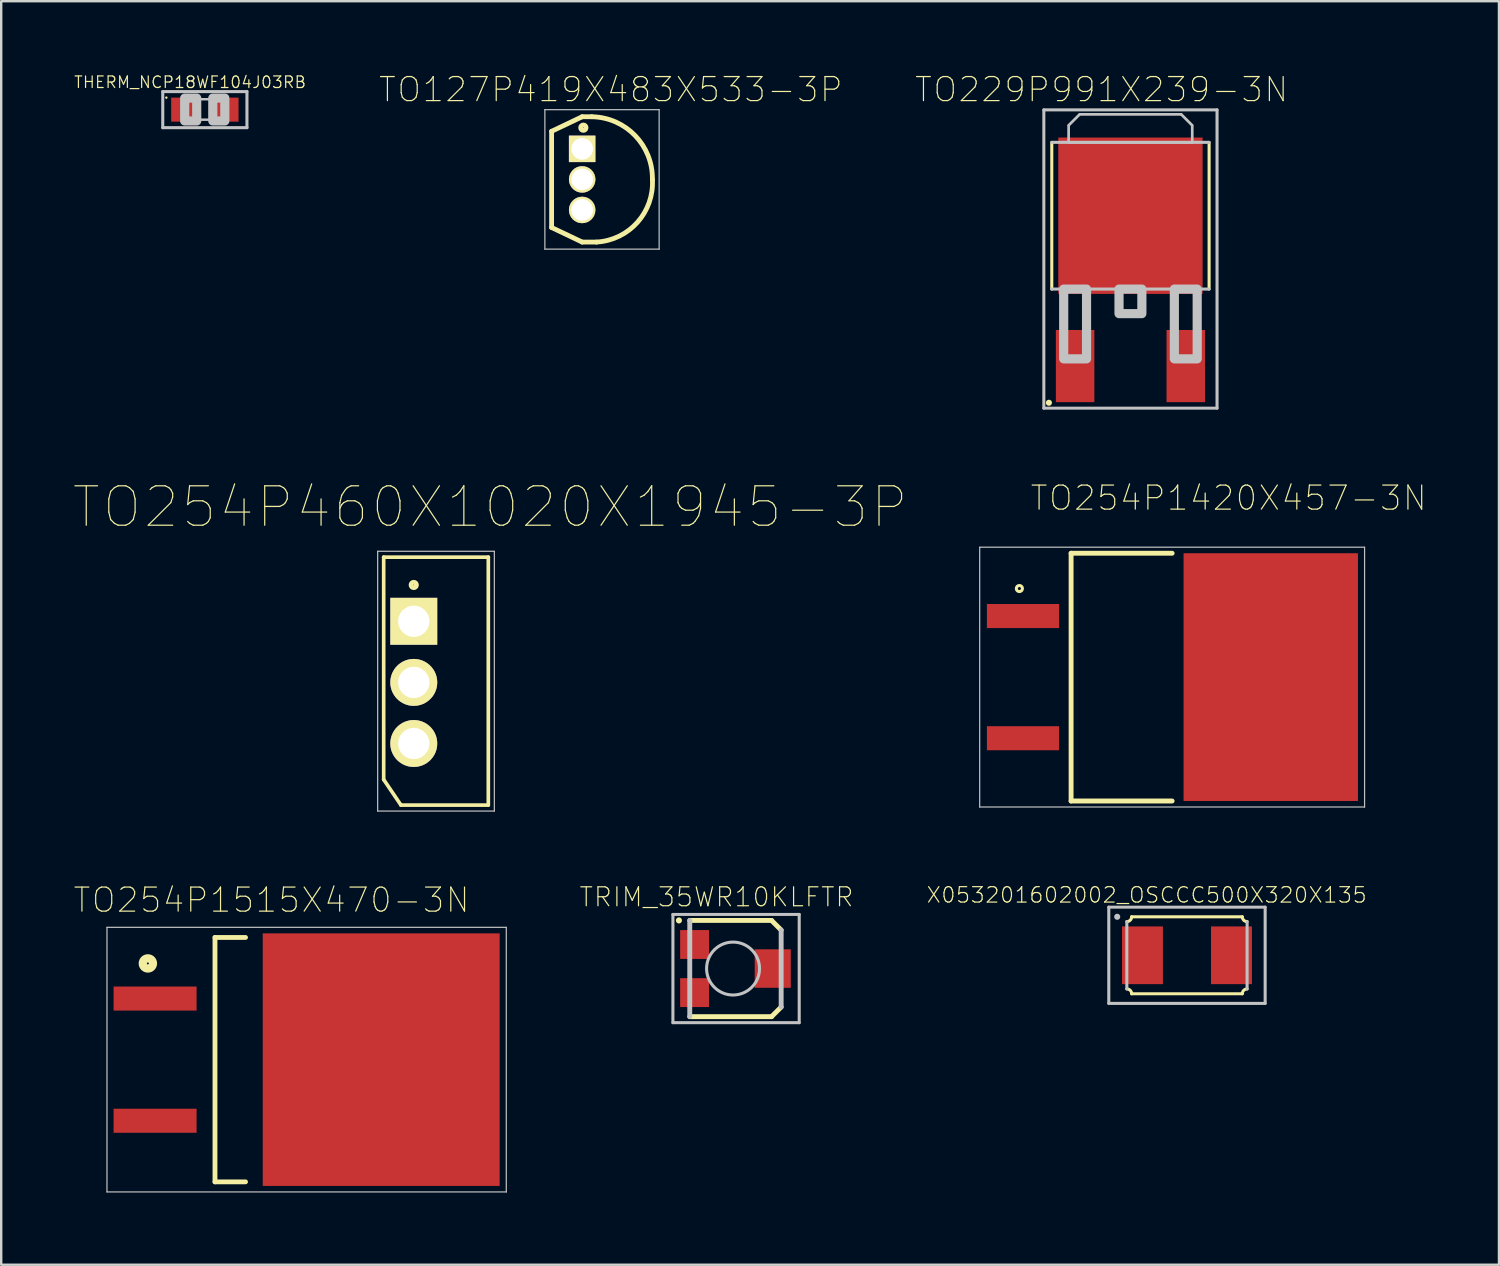
<source format=kicad_pcb>
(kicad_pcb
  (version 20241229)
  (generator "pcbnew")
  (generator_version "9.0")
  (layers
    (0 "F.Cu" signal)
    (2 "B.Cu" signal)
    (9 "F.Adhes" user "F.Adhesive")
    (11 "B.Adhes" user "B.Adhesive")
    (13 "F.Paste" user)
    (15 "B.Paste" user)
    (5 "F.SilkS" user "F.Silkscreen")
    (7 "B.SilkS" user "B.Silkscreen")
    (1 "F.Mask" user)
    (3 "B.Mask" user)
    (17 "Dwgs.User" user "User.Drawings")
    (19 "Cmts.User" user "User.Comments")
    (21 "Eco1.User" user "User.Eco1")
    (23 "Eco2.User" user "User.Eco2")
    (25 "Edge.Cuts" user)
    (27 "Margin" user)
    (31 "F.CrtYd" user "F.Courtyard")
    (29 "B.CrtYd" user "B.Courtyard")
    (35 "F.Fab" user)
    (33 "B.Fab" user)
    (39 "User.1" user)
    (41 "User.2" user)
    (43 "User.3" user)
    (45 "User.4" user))
  (footprint "TO254P460X1020X1945-3P"
    (layer "F.Cu")
    (at 14.1 25.318)
    (property "Reference" "TO254P460X1020X1945-3P" (at 3.226 -7.29 0) (layer "F.SilkS") (effects (font (size 1.64 1.64) (thickness 0.05))))
    (attr through_hole)
    (fp_line (start -1.2 -5.207) (end 3.15 -5.207) (stroke (width 0.152) (type solid)) (layer "F.SilkS"))
    (fp_line (start -1.2 4.039) (end -1.2 -5.207) (stroke (width 0.152) (type solid)) (layer "F.SilkS"))
    (fp_line (start -0.483 5.1) (end -1.2 4.039) (stroke (width 0.152) (type solid)) (layer "F.SilkS"))
    (fp_line (start 3.15 -5.207) (end 3.15 5.1) (stroke (width 0.152) (type solid)) (layer "F.SilkS"))
    (fp_line (start 3.15 5.1) (end -0.483 5.1) (stroke (width 0.152) (type solid)) (layer "F.SilkS"))
    (fp_circle (center 0.05 -4.05) (end 0.162 -4.05) (stroke (width 0.2) (type solid)) (fill no) (layer "F.SilkS"))
    (fp_line (start -1.45 -5.45) (end 3.4 -5.45) (stroke (width 0.05) (type solid)) (layer "Dwgs.User"))
    (fp_line (start -1.45 5.35) (end -1.45 -5.45) (stroke (width 0.05) (type solid)) (layer "Dwgs.User"))
    (fp_line (start 3.4 -5.45) (end 3.4 5.35) (stroke (width 0.05) (type solid)) (layer "Dwgs.User"))
    (fp_line (start 3.4 5.35) (end -1.45 5.35) (stroke (width 0.05) (type solid)) (layer "Dwgs.User"))
    (pad "1" thru_hole rect (at 0.051 -2.54 270) (size 1.95 1.95) (drill 1.3) (layers "*.Cu" "*.Mask" "F.SilkS"))
    (pad "2" thru_hole circle (at 0.051 0 270) (size 1.95 1.95) (drill 1.3) (layers "*.Cu" "*.Mask" "F.SilkS"))
    (pad "3" thru_hole circle (at 0.051 2.54 270) (size 1.95 1.95) (drill 1.3) (layers "*.Cu" "*.Mask" "F.SilkS")))
  (footprint "THERM_NCP18WF104J03RB"
    (layer "F.Cu")
    (at 5.466 1.508)
    (property "Reference" "THERM_NCP18WF104J03RB" (at -0.616 -1.14 0) (layer "F.SilkS") (effects (font (size 0.48 0.48) (thickness 0.05))))
    (attr smd)
    (fp_circle (center -1.6 -0.5) (end -1.55 -0.5) (stroke (width 0) (type solid)) (fill yes) (layer "F.SilkS"))
    (fp_line (start -1.75 -0.75) (end -1.75 0.75) (stroke (width 0.127) (type solid)) (layer "Dwgs.User"))
    (fp_line (start -1.75 0.75) (end 1.75 0.75) (stroke (width 0.127) (type solid)) (layer "Dwgs.User"))
    (fp_line (start -0.356 -0.432) (end 0.356 -0.432) (stroke (width 0.102) (type solid)) (layer "Dwgs.User"))
    (fp_line (start -0.356 0.419) (end 0.356 0.419) (stroke (width 0.102) (type solid)) (layer "Dwgs.User"))
    (fp_line (start 1.75 -0.75) (end -1.75 -0.75) (stroke (width 0.127) (type solid)) (layer "Dwgs.User"))
    (fp_line (start 1.75 0.75) (end 1.75 -0.75) (stroke (width 0.127) (type solid)) (layer "Dwgs.User"))
    (fp_poly (pts (xy -0.838 -0.48) (xy -0.338 -0.48) (xy -0.338 0.47) (xy -0.838 0.47)) (stroke (width 0.381) (type solid)) (fill no) (layer "Dwgs.User"))
    (fp_poly (pts (xy 0.33 -0.48) (xy 0.83 -0.48) (xy 0.83 0.47) (xy 0.33 0.47)) (stroke (width 0.381) (type solid)) (fill no) (layer "Dwgs.User"))
    (pad "1" smd rect (at -0.85 0) (size 1.1 1) (layers "F.Cu" "F.Mask" "F.Paste"))
    (pad "2" smd rect (at 0.85 0) (size 1.1 1) (layers "F.Cu" "F.Mask" "F.Paste")))
  (footprint "TRIM_35WR10KLFTR"
    (layer "F.Cu")
    (at 27.424 37.214)
    (property "Reference" "TRIM_35WR10KLFTR" (at -0.688 -2.973 0) (layer "F.SilkS") (effects (font (size 0.787 0.787) (thickness 0.05))))
    (attr smd)
    (fp_line (start -1.8 -2) (end 1.6 -2) (stroke (width 0.203) (type solid)) (layer "F.SilkS"))
    (fp_line (start -1.8 2) (end 1.6 2) (stroke (width 0.203) (type solid)) (layer "F.SilkS"))
    (fp_line (start 1.6 -2) (end 2 -1.6) (stroke (width 0.203) (type solid)) (layer "F.SilkS"))
    (fp_line (start 1.6 2) (end 2 1.6) (stroke (width 0.203) (type solid)) (layer "F.SilkS"))
    (fp_circle (center -2.25 -2) (end -2.123 -2) (stroke (width 0) (type solid)) (fill yes) (layer "F.SilkS"))
    (fp_line (start -2.5 -2.25) (end 2.75 -2.25) (stroke (width 0.127) (type solid)) (layer "Dwgs.User"))
    (fp_line (start -2.5 2.25) (end -2.5 -2.25) (stroke (width 0.127) (type solid)) (layer "Dwgs.User"))
    (fp_line (start -1.8 -2) (end -1.8 2) (stroke (width 0.203) (type solid)) (layer "Dwgs.User"))
    (fp_line (start 2 -1.6) (end 2 1.6) (stroke (width 0.203) (type solid)) (layer "Dwgs.User"))
    (fp_line (start 2.75 -2.25) (end 2.75 2.25) (stroke (width 0.127) (type solid)) (layer "Dwgs.User"))
    (fp_line (start 2.75 2.25) (end -2.5 2.25) (stroke (width 0.127) (type solid)) (layer "Dwgs.User"))
    (fp_circle (center 0 0) (end 1.1 0) (stroke (width 0.127) (type solid)) (fill no) (layer "Dwgs.User"))
    (pad "1" smd rect (at -1.6 -1) (size 1.2 1.2) (layers "F.Cu" "F.Mask" "F.Paste"))
    (pad "2" smd rect (at 1.65 0) (size 1.5 1.6) (layers "F.Cu" "F.Mask" "F.Paste"))
    (pad "3" smd rect (at -1.6 1) (size 1.2 1.2) (layers "F.Cu" "F.Mask" "F.Paste")))
  (footprint "TO229P991X239-3N"
    (layer "F.Cu")
    (at 43.944 5.918)
    (property "Reference" "TO229P991X239-3N" (at -1.2 -5.245 0) (layer "F.SilkS") (effects (font (size 1 1) (thickness 0.05))))
    (attr smd)
    (fp_line (start -3.27 3.05) (end -3.27 -3.05) (stroke (width 0.127) (type solid)) (layer "F.SilkS"))
    (fp_line (start 3.27 -3.05) (end 3.27 3.05) (stroke (width 0.127) (type solid)) (layer "F.SilkS"))
    (fp_circle (center -3.389 7.775) (end -3.262 7.775) (stroke (width 0) (type solid)) (fill yes) (layer "F.SilkS"))
    (fp_line (start -3.6 -4.4) (end -3.6 8) (stroke (width 0.127) (type solid)) (layer "Dwgs.User"))
    (fp_line (start -3.6 8) (end 3.6 8) (stroke (width 0.127) (type solid)) (layer "Dwgs.User"))
    (fp_line (start -3.27 -3.05) (end 3.27 -3.05) (stroke (width 0.127) (type solid)) (layer "Dwgs.User"))
    (fp_line (start -2.565 -3.761) (end -2.108 -4.218) (stroke (width 0.1) (type solid)) (layer "Dwgs.User"))
    (fp_line (start -2.565 -3.05) (end -2.565 -3.761) (stroke (width 0.1) (type solid)) (layer "Dwgs.User"))
    (fp_line (start -2.108 -4.218) (end 2.108 -4.218) (stroke (width 0.1) (type solid)) (layer "Dwgs.User"))
    (fp_line (start 2.108 -4.218) (end 2.565 -3.761) (stroke (width 0.1) (type solid)) (layer "Dwgs.User"))
    (fp_line (start 2.565 -3.761) (end 2.565 -3.05) (stroke (width 0.1) (type solid)) (layer "Dwgs.User"))
    (fp_line (start 2.565 -3.05) (end -2.565 -3.05) (stroke (width 0.1) (type solid)) (layer "Dwgs.User"))
    (fp_line (start 3.27 3.05) (end -3.27 3.05) (stroke (width 0.127) (type solid)) (layer "Dwgs.User"))
    (fp_line (start 3.6 -4.4) (end -3.6 -4.4) (stroke (width 0.127) (type solid)) (layer "Dwgs.User"))
    (fp_line (start 3.6 8) (end 3.6 -4.4) (stroke (width 0.127) (type solid)) (layer "Dwgs.User"))
    (fp_poly (pts (xy -2.775 3.05) (xy -1.825 3.05) (xy -1.825 5.95) (xy -2.775 5.95)) (stroke (width 0.381) (type solid)) (fill no) (layer "Dwgs.User"))
    (fp_poly (pts (xy -0.475 3.05) (xy 0.475 3.05) (xy 0.475 4.07) (xy -0.475 4.07)) (stroke (width 0.381) (type solid)) (fill no) (layer "Dwgs.User"))
    (fp_poly (pts (xy 1.825 3.05) (xy 2.775 3.05) (xy 2.775 5.95) (xy 1.825 5.95)) (stroke (width 0.381) (type solid)) (fill no) (layer "Dwgs.User"))
    (fp_poly (pts (xy -2.565 -3.05) (xy -2.565 -3.761) (xy -2.108 -4.218) (xy 2.108 -4.218) (xy 2.565 -3.761) (xy 2.565 -3.05)) (stroke (width 0.1) (type solid)) (fill no) (layer "Dwgs.User"))
    (pad "1" smd rect (at -2.3 6.25) (size 1.6 3) (layers "F.Cu" "F.Mask" "F.Paste"))
    (pad "3" smd rect (at 2.3 6.25) (size 1.6 3) (layers "F.Cu" "F.Mask" "F.Paste"))
    (pad "4" smd rect (at 0 0) (size 6 6.5) (layers "F.Cu" "F.Mask" "F.Paste")))
  (footprint "TO254P1420X457-3N"
    (layer "F.Cu")
    (at 45.677 25.099)
    (property "Reference" "TO254P1420X457-3N" (at 2.35 -7.445 0) (layer "F.SilkS") (effects (font (size 1 1) (thickness 0.05))))
    (attr smd)
    (fp_line (start -4.2 -5.15) (end 0 -5.15) (stroke (width 0.203) (type solid)) (layer "F.SilkS"))
    (fp_line (start -4.2 5.15) (end -4.2 -5.15) (stroke (width 0.203) (type solid)) (layer "F.SilkS"))
    (fp_line (start 0 5.15) (end -4.2 5.15) (stroke (width 0.203) (type solid)) (layer "F.SilkS"))
    (fp_circle (center -6.35 -3.683) (end -6.223 -3.683) (stroke (width 0.127) (type solid)) (fill no) (layer "F.SilkS"))
    (fp_line (start -8 -5.4) (end 8 -5.4) (stroke (width 0.05) (type solid)) (layer "Dwgs.User"))
    (fp_line (start -8 5.4) (end -8 -5.4) (stroke (width 0.05) (type solid)) (layer "Dwgs.User"))
    (fp_line (start 8 -5.4) (end 8 5.4) (stroke (width 0.05) (type solid)) (layer "Dwgs.User"))
    (fp_line (start 8 5.4) (end -8 5.4) (stroke (width 0.05) (type solid)) (layer "Dwgs.User"))
    (pad "1" smd rect (at -6.2 -2.54 270) (size 1 3) (layers "F.Cu" "F.Mask" "F.Paste"))
    (pad "3" smd rect (at -6.2 2.54 270) (size 1 3) (layers "F.Cu" "F.Mask" "F.Paste"))
    (pad "4" smd rect (at 4.1 0 270) (size 10.3 7.25) (layers "F.Cu" "F.Mask" "F.Paste")))
  (footprint "TO127P419X483X533-3P"
    (layer "F.Cu")
    (at 21.151 4.408)
    (property "Reference" "TO127P419X483X533-3P" (at 1.19 -3.735 0) (layer "F.SilkS") (effects (font (size 1 1) (thickness 0.05))))
    (attr through_hole)
    (fp_line (start -1.27 -2) (end 0 -2.605) (stroke (width 0.2) (type solid)) (layer "F.SilkS"))
    (fp_line (start -1.27 2) (end -1.27 -2) (stroke (width 0.2) (type solid)) (layer "F.SilkS"))
    (fp_line (start 0 -2.605) (end 0.4 -2.605) (stroke (width 0.2) (type solid)) (layer "F.SilkS"))
    (fp_line (start 0 2.605) (end -1.27 2) (stroke (width 0.2) (type solid)) (layer "F.SilkS"))
    (fp_line (start 0.6 2.605) (end 0 2.605) (stroke (width 0.2) (type solid)) (layer "F.SilkS"))
    (fp_arc (start 0.4 -2.605) (mid 2.199513 -1.824409) (end 2.92 0) (stroke (width 0.2) (type solid)) (layer "F.SilkS"))
    (fp_arc (start 2.92 0) (mid 2.299513 1.782988) (end 0.6 2.605) (stroke (width 0.2) (type solid)) (layer "F.SilkS"))
    (fp_circle (center 0.05 -2.15) (end 0.162 -2.15) (stroke (width 0.2) (type solid)) (fill no) (layer "F.SilkS"))
    (fp_line (start -1.55 -2.9) (end 3.2 -2.9) (stroke (width 0.05) (type solid)) (layer "Dwgs.User"))
    (fp_line (start -1.55 2.9) (end -1.55 -2.9) (stroke (width 0.05) (type solid)) (layer "Dwgs.User"))
    (fp_line (start 3.2 -2.9) (end 3.2 2.9) (stroke (width 0.05) (type solid)) (layer "Dwgs.User"))
    (fp_line (start 3.2 2.9) (end -1.55 2.9) (stroke (width 0.05) (type solid)) (layer "Dwgs.User"))
    (pad "1" thru_hole rect (at 0 -1.27) (size 1.1 1.1) (drill 0.9) (layers "*.Cu" "*.Mask" "F.SilkS"))
    (pad "2" thru_hole circle (at 0 0) (size 1.1 1.1) (drill 0.9) (layers "*.Cu" "*.Mask" "F.SilkS"))
    (pad "3" thru_hole circle (at 0 1.27) (size 1.1 1.1) (drill 0.9) (layers "*.Cu" "*.Mask" "F.SilkS")))
  (footprint "TO254P1515X470-3N"
    (layer "F.Cu")
    (at 9.697 41.001)
    (property "Reference" "TO254P1515X470-3N" (at -1.46 -6.635 0) (layer "F.SilkS") (effects (font (size 1 1) (thickness 0.05))))
    (attr smd)
    (fp_line (start -3.81 -5.08) (end -3.81 5.08) (stroke (width 0.2) (type solid)) (layer "F.SilkS"))
    (fp_line (start -3.81 5.08) (end -2.54 5.08) (stroke (width 0.2) (type solid)) (layer "F.SilkS"))
    (fp_line (start -2.54 -5.08) (end -3.81 -5.08) (stroke (width 0.2) (type solid)) (layer "F.SilkS"))
    (fp_circle (center -6.6 -4) (end -6.459 -4) (stroke (width 0.2) (type solid)) (fill no) (layer "F.SilkS"))
    (fp_circle (center -6.6 -4) (end -6.317 -4) (stroke (width 0.2) (type solid)) (fill no) (layer "F.SilkS"))
    (fp_poly (pts (xy -0.68 -4.76) (xy 0.68 -4.76) (xy 0.68 -3.24) (xy -0.68 -3.24)) (stroke (width 0.381) (type solid)) (fill yes) (layer "F.Paste"))
    (fp_poly (pts (xy -0.68 -2.76) (xy 0.68 -2.76) (xy 0.68 -1.24) (xy -0.68 -1.24)) (stroke (width 0.381) (type solid)) (fill yes) (layer "F.Paste"))
    (fp_poly (pts (xy -0.68 -0.76) (xy 0.68 -0.76) (xy 0.68 0.76) (xy -0.68 0.76)) (stroke (width 0.381) (type solid)) (fill yes) (layer "F.Paste"))
    (fp_poly (pts (xy -0.68 1.24) (xy 0.68 1.24) (xy 0.68 2.76) (xy -0.68 2.76)) (stroke (width 0.381) (type solid)) (fill yes) (layer "F.Paste"))
    (fp_poly (pts (xy -0.68 3.24) (xy 0.68 3.24) (xy 0.68 4.76) (xy -0.68 4.76)) (stroke (width 0.381) (type solid)) (fill yes) (layer "F.Paste"))
    (fp_poly (pts (xy 1.47 -4.76) (xy 2.83 -4.76) (xy 2.83 -3.24) (xy 1.47 -3.24)) (stroke (width 0.381) (type solid)) (fill yes) (layer "F.Paste"))
    (fp_poly (pts (xy 1.47 -2.76) (xy 2.83 -2.76) (xy 2.83 -1.24) (xy 1.47 -1.24)) (stroke (width 0.381) (type solid)) (fill yes) (layer "F.Paste"))
    (fp_poly (pts (xy 1.47 -0.76) (xy 2.83 -0.76) (xy 2.83 0.76) (xy 1.47 0.76)) (stroke (width 0.381) (type solid)) (fill yes) (layer "F.Paste"))
    (fp_poly (pts (xy 1.47 1.24) (xy 2.83 1.24) (xy 2.83 2.76) (xy 1.47 2.76)) (stroke (width 0.381) (type solid)) (fill yes) (layer "F.Paste"))
    (fp_poly (pts (xy 1.47 3.24) (xy 2.83 3.24) (xy 2.83 4.76) (xy 1.47 4.76)) (stroke (width 0.381) (type solid)) (fill yes) (layer "F.Paste"))
    (fp_poly (pts (xy 3.62 -4.76) (xy 4.98 -4.76) (xy 4.98 -3.24) (xy 3.62 -3.24)) (stroke (width 0.381) (type solid)) (fill yes) (layer "F.Paste"))
    (fp_poly (pts (xy 3.62 -2.76) (xy 4.98 -2.76) (xy 4.98 -1.24) (xy 3.62 -1.24)) (stroke (width 0.381) (type solid)) (fill yes) (layer "F.Paste"))
    (fp_poly (pts (xy 3.62 -0.76) (xy 4.98 -0.76) (xy 4.98 0.76) (xy 3.62 0.76)) (stroke (width 0.381) (type solid)) (fill yes) (layer "F.Paste"))
    (fp_poly (pts (xy 3.62 1.24) (xy 4.98 1.24) (xy 4.98 2.76) (xy 3.62 2.76)) (stroke (width 0.381) (type solid)) (fill yes) (layer "F.Paste"))
    (fp_poly (pts (xy 3.62 3.24) (xy 4.98 3.24) (xy 4.98 4.76) (xy 3.62 4.76)) (stroke (width 0.381) (type solid)) (fill yes) (layer "F.Paste"))
    (fp_poly (pts (xy 5.74 -4.76) (xy 7.1 -4.76) (xy 7.1 -3.24) (xy 5.74 -3.24)) (stroke (width 0.381) (type solid)) (fill yes) (layer "F.Paste"))
    (fp_poly (pts (xy 5.74 -2.76) (xy 7.1 -2.76) (xy 7.1 -1.24) (xy 5.74 -1.24)) (stroke (width 0.381) (type solid)) (fill yes) (layer "F.Paste"))
    (fp_poly (pts (xy 5.74 -0.76) (xy 7.1 -0.76) (xy 7.1 0.76) (xy 5.74 0.76)) (stroke (width 0.381) (type solid)) (fill yes) (layer "F.Paste"))
    (fp_poly (pts (xy 5.74 1.24) (xy 7.1 1.24) (xy 7.1 2.76) (xy 5.74 2.76)) (stroke (width 0.381) (type solid)) (fill yes) (layer "F.Paste"))
    (fp_poly (pts (xy 5.74 3.24) (xy 7.1 3.24) (xy 7.1 4.76) (xy 5.74 4.76)) (stroke (width 0.381) (type solid)) (fill yes) (layer "F.Paste"))
    (fp_line (start -8.3 -5.5) (end 8.3 -5.5) (stroke (width 0.05) (type solid)) (layer "Dwgs.User"))
    (fp_line (start -8.3 5.5) (end -8.3 -5.5) (stroke (width 0.05) (type solid)) (layer "Dwgs.User"))
    (fp_line (start 8.3 -5.5) (end 8.3 5.5) (stroke (width 0.05) (type solid)) (layer "Dwgs.User"))
    (fp_line (start 8.3 5.5) (end -8.3 5.5) (stroke (width 0.05) (type solid)) (layer "Dwgs.User"))
    (pad "1" smd rect (at -6.3 -2.54) (size 3.45 1) (layers "F.Cu" "F.Mask" "F.Paste"))
    (pad "2" smd rect (at -6.3 2.54) (size 3.45 1) (layers "F.Cu" "F.Mask" "F.Paste"))
    (pad "3" smd rect (at 3.1 0) (size 9.85 10.5) (layers "F.Cu" "F.Mask" "F.Paste")))
  (footprint "X053201602002_OSCCC500X320X135"
    (layer "F.Cu")
    (at 46.294 36.662)
    (property "Reference" "X053201602002_OSCCC500X320X135" (at -1.674 -2.506 0) (layer "F.SilkS") (effects (font (size 0.64 0.64) (thickness 0.05))))
    (attr smd)
    (fp_line (start -2.3 -1.6) (end 2.3 -1.6) (stroke (width 0.127) (type solid)) (layer "F.SilkS"))
    (fp_line (start 2.3 1.6) (end -2.3 1.6) (stroke (width 0.127) (type solid)) (layer "F.SilkS"))
    (fp_arc (start -2.5 1.4) (mid -2.358579 1.458579) (end -2.3 1.6) (stroke (width 0.127) (type solid)) (layer "F.SilkS"))
    (fp_arc (start -2.3 -1.6) (mid -2.358579 -1.458579) (end -2.5 -1.4) (stroke (width 0.127) (type solid)) (layer "F.SilkS"))
    (fp_arc (start 2.3 1.6) (mid 2.358579 1.458579) (end 2.5 1.4) (stroke (width 0.127) (type solid)) (layer "F.SilkS"))
    (fp_arc (start 2.5 -1.4) (mid 2.358579 -1.458579) (end 2.3 -1.6) (stroke (width 0.127) (type solid)) (layer "F.SilkS"))
    (fp_line (start -3.25 -2) (end 3.25 -2) (stroke (width 0.127) (type solid)) (layer "Dwgs.User"))
    (fp_line (start -3.25 2) (end -3.25 -2) (stroke (width 0.127) (type solid)) (layer "Dwgs.User"))
    (fp_line (start -2.5 -1.4) (end -2.5 1.4) (stroke (width 0.127) (type solid)) (layer "Dwgs.User"))
    (fp_line (start 2.5 -1.4) (end 2.5 1.4) (stroke (width 0.127) (type solid)) (layer "Dwgs.User"))
    (fp_line (start 3.25 -2) (end 3.25 2) (stroke (width 0.127) (type solid)) (layer "Dwgs.User"))
    (fp_line (start 3.25 2) (end -3.25 2) (stroke (width 0.127) (type solid)) (layer "Dwgs.User"))
    (fp_circle (center -2.9 -1.6) (end -2.773 -1.6) (stroke (width 0) (type solid)) (fill yes) (layer "Dwgs.User"))
    (pad "1" smd rect (at -1.85 0) (size 1.7 2.4) (layers "F.Cu" "F.Mask" "F.Paste"))
    (pad "2" smd rect (at 1.85 0) (size 1.7 2.4) (layers "F.Cu" "F.Mask" "F.Paste")))
  (gr_rect
    (start -3 -3)
    (end 59.264 49.526)
    (stroke (width 0.1) (type default))
    (fill no)
    (layer "Edge.Cuts")))
</source>
